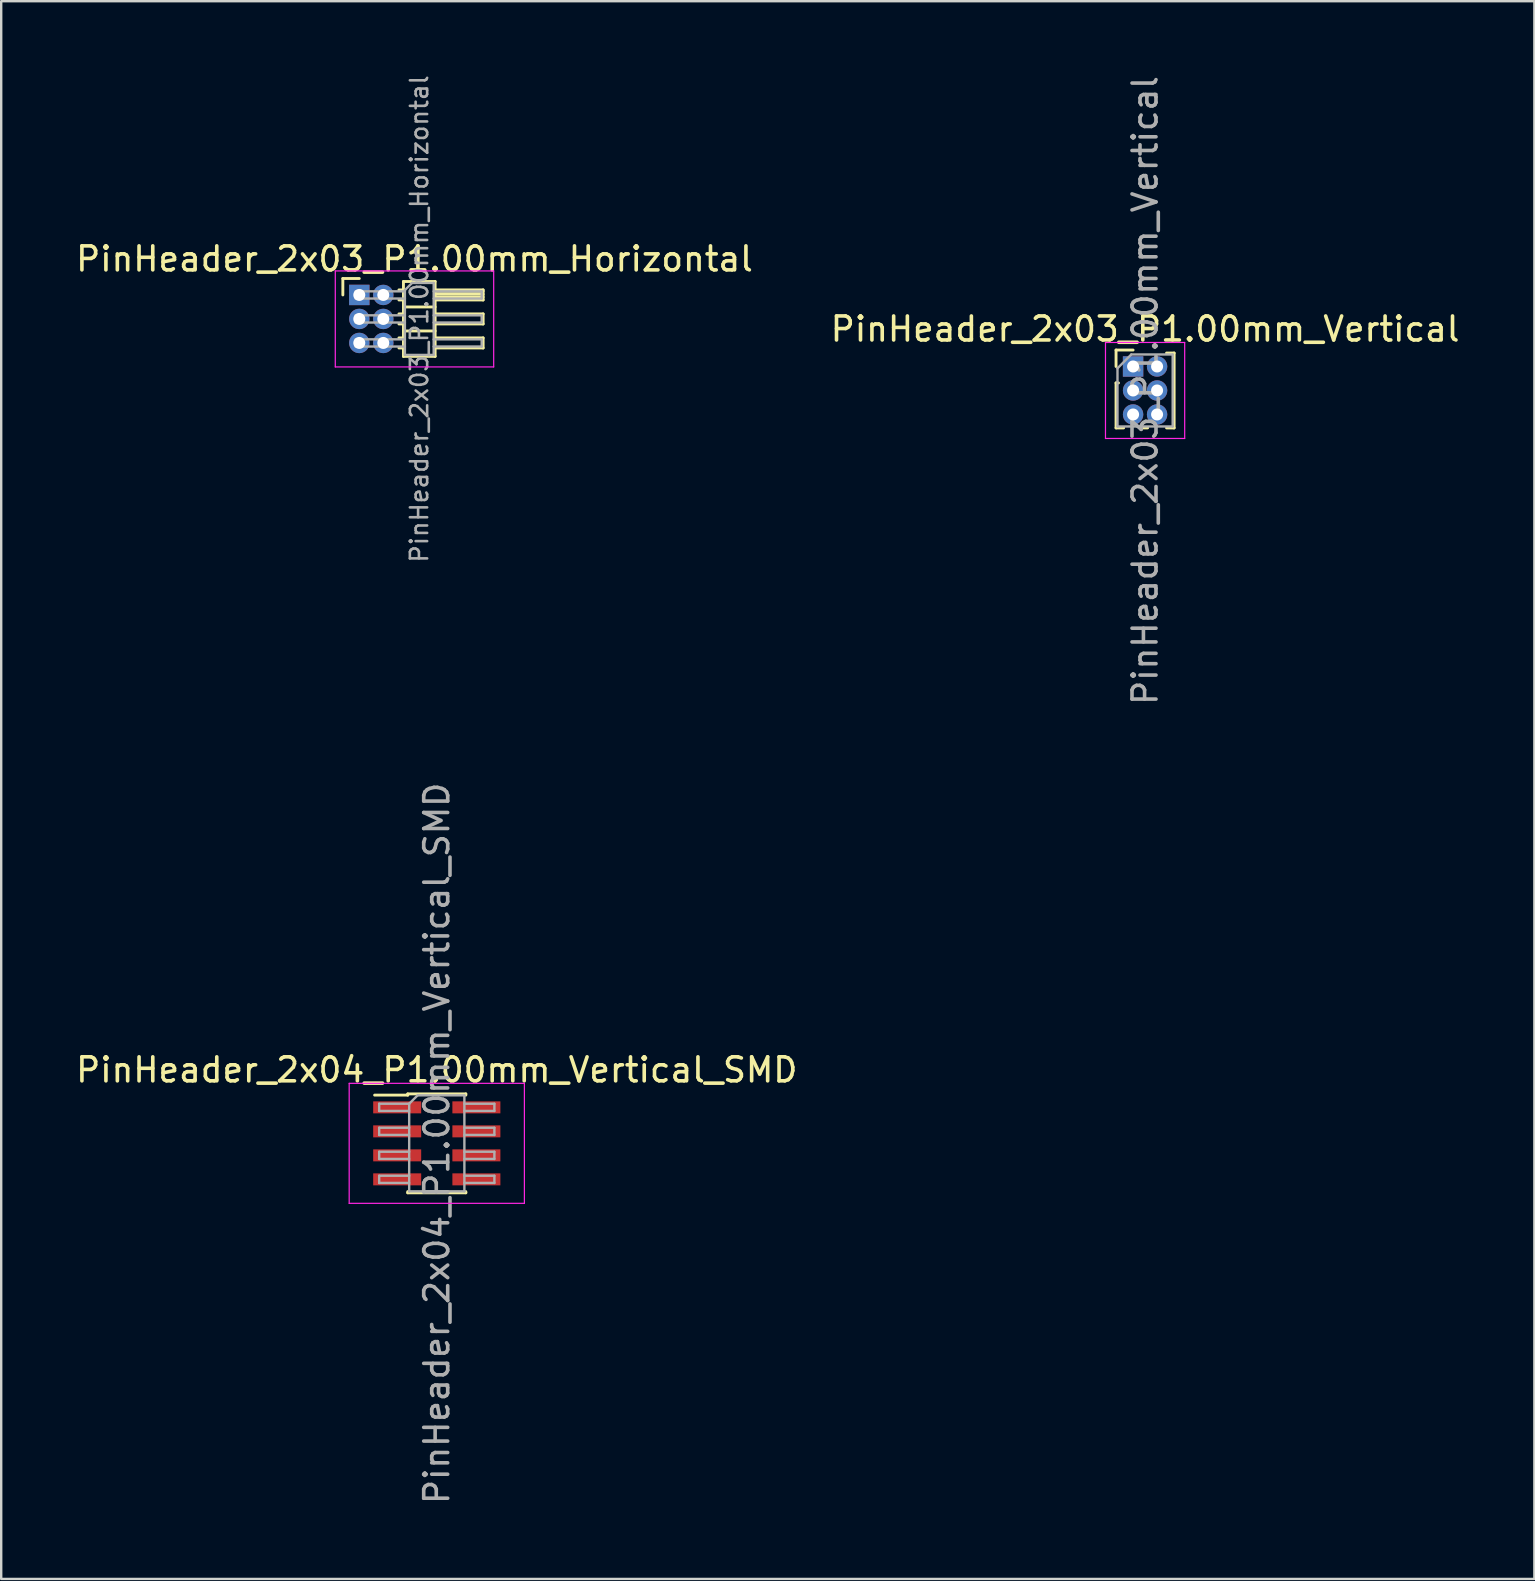
<source format=kicad_pcb>
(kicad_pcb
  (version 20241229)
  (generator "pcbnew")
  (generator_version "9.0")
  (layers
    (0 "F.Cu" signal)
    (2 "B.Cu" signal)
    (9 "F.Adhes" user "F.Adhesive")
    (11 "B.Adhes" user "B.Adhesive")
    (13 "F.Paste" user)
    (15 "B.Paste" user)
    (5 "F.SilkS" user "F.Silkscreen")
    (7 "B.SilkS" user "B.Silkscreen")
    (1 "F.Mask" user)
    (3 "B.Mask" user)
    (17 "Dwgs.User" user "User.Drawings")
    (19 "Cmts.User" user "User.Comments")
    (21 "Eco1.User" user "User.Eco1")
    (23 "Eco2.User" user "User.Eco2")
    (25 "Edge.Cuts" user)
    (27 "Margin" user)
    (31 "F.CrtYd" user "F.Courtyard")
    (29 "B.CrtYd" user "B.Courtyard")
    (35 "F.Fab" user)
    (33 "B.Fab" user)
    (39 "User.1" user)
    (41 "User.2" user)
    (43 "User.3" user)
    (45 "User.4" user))
  (footprint "PinHeader_2x03_P1.00mm_Vertical"
    (layer "F.Cu")
    (at 44.161 12.22)
    (property "Reference" "PinHeader_2x03_P1.00mm_Vertical" (at 0.5 -1.56 0) (layer "F.SilkS") (effects (font (size 1 1) (thickness 0.15))))
    (attr through_hole)
    (fp_line (start -0.71 -0.685) (end 0 -0.685) (stroke (width 0.12) (type solid)) (layer "F.SilkS"))
    (fp_line (start -0.71 0) (end -0.71 -0.685) (stroke (width 0.12) (type solid)) (layer "F.SilkS"))
    (fp_line (start -0.71 0.685) (end -0.71 2.56) (stroke (width 0.12) (type solid)) (layer "F.SilkS"))
    (fp_line (start -0.71 0.685) (end -0.608 0.685) (stroke (width 0.12) (type solid)) (layer "F.SilkS"))
    (fp_line (start -0.71 2.56) (end -0.394 2.56) (stroke (width 0.12) (type solid)) (layer "F.SilkS"))
    (fp_line (start 0.394 2.56) (end 0.606 2.56) (stroke (width 0.12) (type solid)) (layer "F.SilkS"))
    (fp_line (start 1.394 -0.56) (end 1.71 -0.56) (stroke (width 0.12) (type solid)) (layer "F.SilkS"))
    (fp_line (start 1.394 2.56) (end 1.71 2.56) (stroke (width 0.12) (type solid)) (layer "F.SilkS"))
    (fp_line (start 1.71 -0.56) (end 1.71 2.56) (stroke (width 0.12) (type solid)) (layer "F.SilkS"))
    (fp_line (start -1.15 -1) (end -1.15 3) (stroke (width 0.05) (type solid)) (layer "F.CrtYd"))
    (fp_line (start -1.15 3) (end 2.15 3) (stroke (width 0.05) (type solid)) (layer "F.CrtYd"))
    (fp_line (start 2.15 -1) (end -1.15 -1) (stroke (width 0.05) (type solid)) (layer "F.CrtYd"))
    (fp_line (start 2.15 3) (end 2.15 -1) (stroke (width 0.05) (type solid)) (layer "F.CrtYd"))
    (fp_line (start -0.65 0.075) (end -0.075 -0.5) (stroke (width 0.1) (type solid)) (layer "F.Fab"))
    (fp_line (start -0.65 2.5) (end -0.65 0.075) (stroke (width 0.1) (type solid)) (layer "F.Fab"))
    (fp_line (start -0.075 -0.5) (end 1.65 -0.5) (stroke (width 0.1) (type solid)) (layer "F.Fab"))
    (fp_line (start 1.65 -0.5) (end 1.65 2.5) (stroke (width 0.1) (type solid)) (layer "F.Fab"))
    (fp_line (start 1.65 2.5) (end -0.65 2.5) (stroke (width 0.1) (type solid)) (layer "F.Fab"))
    (fp_text user "${REFERENCE}" (at 0.5 1 90) (layer "F.Fab") (effects (font (size 1 1) (thickness 0.15))))
    (pad "1" thru_hole rect (at 0 0) (size 0.85 0.85) (drill 0.5) (layers "*.Cu" "*.Mask"))
    (pad "2" thru_hole oval (at 1 0) (size 0.85 0.85) (drill 0.5) (layers "*.Cu" "*.Mask"))
    (pad "3" thru_hole oval (at 0 1) (size 0.85 0.85) (drill 0.5) (layers "*.Cu" "*.Mask"))
    (pad "4" thru_hole oval (at 1 1) (size 0.85 0.85) (drill 0.5) (layers "*.Cu" "*.Mask"))
    (pad "5" thru_hole oval (at 0 2) (size 0.85 0.85) (drill 0.5) (layers "*.Cu" "*.Mask"))
    (pad "6" thru_hole oval (at 1 2) (size 0.85 0.85) (drill 0.5) (layers "*.Cu" "*.Mask")))
  (footprint "PinHeader_2x04_P1.00mm_Vertical_SMD"
    (layer "F.Cu")
    (at 15.149 44.589)
    (property "Reference" "PinHeader_2x04_P1.00mm_Vertical_SMD" (at 0 -3.06 0) (layer "F.SilkS") (effects (font (size 1 1) (thickness 0.15))))
    (attr smd)
    (fp_line (start -2.59 -2.01) (end -1.21 -2.01) (stroke (width 0.12) (type solid)) (layer "F.SilkS"))
    (fp_line (start -1.21 -2.06) (end -1.21 -2.01) (stroke (width 0.12) (type solid)) (layer "F.SilkS"))
    (fp_line (start -1.21 -2.06) (end 1.21 -2.06) (stroke (width 0.12) (type solid)) (layer "F.SilkS"))
    (fp_line (start -1.21 2.01) (end -1.21 2.06) (stroke (width 0.12) (type solid)) (layer "F.SilkS"))
    (fp_line (start -1.21 2.06) (end 1.21 2.06) (stroke (width 0.12) (type solid)) (layer "F.SilkS"))
    (fp_line (start 1.21 -2.06) (end 1.21 -2.01) (stroke (width 0.12) (type solid)) (layer "F.SilkS"))
    (fp_line (start 1.21 2.01) (end 1.21 2.06) (stroke (width 0.12) (type solid)) (layer "F.SilkS"))
    (fp_line (start -3.65 -2.5) (end -3.65 2.5) (stroke (width 0.05) (type solid)) (layer "F.CrtYd"))
    (fp_line (start -3.65 2.5) (end 3.65 2.5) (stroke (width 0.05) (type solid)) (layer "F.CrtYd"))
    (fp_line (start 3.65 -2.5) (end -3.65 -2.5) (stroke (width 0.05) (type solid)) (layer "F.CrtYd"))
    (fp_line (start 3.65 2.5) (end 3.65 -2.5) (stroke (width 0.05) (type solid)) (layer "F.CrtYd"))
    (fp_line (start -2.4 -1.65) (end -2.4 -1.35) (stroke (width 0.1) (type solid)) (layer "F.Fab"))
    (fp_line (start -2.4 -1.35) (end -1.15 -1.35) (stroke (width 0.1) (type solid)) (layer "F.Fab"))
    (fp_line (start -2.4 -0.65) (end -2.4 -0.35) (stroke (width 0.1) (type solid)) (layer "F.Fab"))
    (fp_line (start -2.4 -0.35) (end -1.15 -0.35) (stroke (width 0.1) (type solid)) (layer "F.Fab"))
    (fp_line (start -2.4 0.35) (end -2.4 0.65) (stroke (width 0.1) (type solid)) (layer "F.Fab"))
    (fp_line (start -2.4 0.65) (end -1.15 0.65) (stroke (width 0.1) (type solid)) (layer "F.Fab"))
    (fp_line (start -2.4 1.35) (end -2.4 1.65) (stroke (width 0.1) (type solid)) (layer "F.Fab"))
    (fp_line (start -2.4 1.65) (end -1.15 1.65) (stroke (width 0.1) (type solid)) (layer "F.Fab"))
    (fp_line (start -1.15 -1.65) (end -2.4 -1.65) (stroke (width 0.1) (type solid)) (layer "F.Fab"))
    (fp_line (start -1.15 -1.65) (end -0.8 -2) (stroke (width 0.1) (type solid)) (layer "F.Fab"))
    (fp_line (start -1.15 -0.65) (end -2.4 -0.65) (stroke (width 0.1) (type solid)) (layer "F.Fab"))
    (fp_line (start -1.15 0.35) (end -2.4 0.35) (stroke (width 0.1) (type solid)) (layer "F.Fab"))
    (fp_line (start -1.15 1.35) (end -2.4 1.35) (stroke (width 0.1) (type solid)) (layer "F.Fab"))
    (fp_line (start -1.15 2) (end -1.15 -1.65) (stroke (width 0.1) (type solid)) (layer "F.Fab"))
    (fp_line (start -0.8 -2) (end 1.15 -2) (stroke (width 0.1) (type solid)) (layer "F.Fab"))
    (fp_line (start 1.15 -2) (end 1.15 2) (stroke (width 0.1) (type solid)) (layer "F.Fab"))
    (fp_line (start 1.15 -1.65) (end 2.4 -1.65) (stroke (width 0.1) (type solid)) (layer "F.Fab"))
    (fp_line (start 1.15 -0.65) (end 2.4 -0.65) (stroke (width 0.1) (type solid)) (layer "F.Fab"))
    (fp_line (start 1.15 0.35) (end 2.4 0.35) (stroke (width 0.1) (type solid)) (layer "F.Fab"))
    (fp_line (start 1.15 1.35) (end 2.4 1.35) (stroke (width 0.1) (type solid)) (layer "F.Fab"))
    (fp_line (start 1.15 2) (end -1.15 2) (stroke (width 0.1) (type solid)) (layer "F.Fab"))
    (fp_line (start 2.4 -1.65) (end 2.4 -1.35) (stroke (width 0.1) (type solid)) (layer "F.Fab"))
    (fp_line (start 2.4 -1.35) (end 1.15 -1.35) (stroke (width 0.1) (type solid)) (layer "F.Fab"))
    (fp_line (start 2.4 -0.65) (end 2.4 -0.35) (stroke (width 0.1) (type solid)) (layer "F.Fab"))
    (fp_line (start 2.4 -0.35) (end 1.15 -0.35) (stroke (width 0.1) (type solid)) (layer "F.Fab"))
    (fp_line (start 2.4 0.35) (end 2.4 0.65) (stroke (width 0.1) (type solid)) (layer "F.Fab"))
    (fp_line (start 2.4 0.65) (end 1.15 0.65) (stroke (width 0.1) (type solid)) (layer "F.Fab"))
    (fp_line (start 2.4 1.35) (end 2.4 1.65) (stroke (width 0.1) (type solid)) (layer "F.Fab"))
    (fp_line (start 2.4 1.65) (end 1.15 1.65) (stroke (width 0.1) (type solid)) (layer "F.Fab"))
    (fp_text user "${REFERENCE}" (at 0 0 90) (layer "F.Fab") (effects (font (size 1 1) (thickness 0.15))))
    (pad "1" smd rect (at -1.65 -1.5) (size 2 0.5) (layers "F.Cu" "F.Mask" "F.Paste"))
    (pad "2" smd rect (at 1.65 -1.5) (size 2 0.5) (layers "F.Cu" "F.Mask" "F.Paste"))
    (pad "3" smd rect (at -1.65 -0.5) (size 2 0.5) (layers "F.Cu" "F.Mask" "F.Paste"))
    (pad "4" smd rect (at 1.65 -0.5) (size 2 0.5) (layers "F.Cu" "F.Mask" "F.Paste"))
    (pad "5" smd rect (at -1.65 0.5) (size 2 0.5) (layers "F.Cu" "F.Mask" "F.Paste"))
    (pad "6" smd rect (at 1.65 0.5) (size 2 0.5) (layers "F.Cu" "F.Mask" "F.Paste"))
    (pad "7" smd rect (at -1.65 1.5) (size 2 0.5) (layers "F.Cu" "F.Mask" "F.Paste"))
    (pad "8" smd rect (at 1.65 1.5) (size 2 0.5) (layers "F.Cu" "F.Mask" "F.Paste")))
  (footprint "PinHeader_2x03_P1.00mm_Horizontal"
    (layer "F.Cu")
    (at 11.92 9.239)
    (property "Reference" "PinHeader_2x03_P1.00mm_Horizontal" (at 2.3 -1.5 0) (layer "F.SilkS") (effects (font (size 1 1) (thickness 0.15))))
    (attr through_hole)
    (fp_line (start -0.685 -0.685) (end 0 -0.685) (stroke (width 0.12) (type solid)) (layer "F.SilkS"))
    (fp_line (start -0.685 0) (end -0.685 -0.685) (stroke (width 0.12) (type solid)) (layer "F.SilkS"))
    (fp_line (start 1.652 -0.21) (end 1.84 -0.21) (stroke (width 0.12) (type solid)) (layer "F.SilkS"))
    (fp_line (start 1.652 0.21) (end 1.84 0.21) (stroke (width 0.12) (type solid)) (layer "F.SilkS"))
    (fp_line (start 1.652 0.79) (end 1.84 0.79) (stroke (width 0.12) (type solid)) (layer "F.SilkS"))
    (fp_line (start 1.652 1.21) (end 1.84 1.21) (stroke (width 0.12) (type solid)) (layer "F.SilkS"))
    (fp_line (start 1.652 1.79) (end 1.84 1.79) (stroke (width 0.12) (type solid)) (layer "F.SilkS"))
    (fp_line (start 1.652 2.21) (end 1.84 2.21) (stroke (width 0.12) (type solid)) (layer "F.SilkS"))
    (fp_line (start 1.84 -0.56) (end 1.84 2.56) (stroke (width 0.12) (type solid)) (layer "F.SilkS"))
    (fp_line (start 1.84 0.5) (end 3.16 0.5) (stroke (width 0.12) (type solid)) (layer "F.SilkS"))
    (fp_line (start 1.84 1.5) (end 3.16 1.5) (stroke (width 0.12) (type solid)) (layer "F.SilkS"))
    (fp_line (start 1.84 2.56) (end 3.16 2.56) (stroke (width 0.12) (type solid)) (layer "F.SilkS"))
    (fp_line (start 3.16 -0.56) (end 1.84 -0.56) (stroke (width 0.12) (type solid)) (layer "F.SilkS"))
    (fp_line (start 3.16 -0.21) (end 5.16 -0.21) (stroke (width 0.12) (type solid)) (layer "F.SilkS"))
    (fp_line (start 3.16 -0.15) (end 5.16 -0.15) (stroke (width 0.12) (type solid)) (layer "F.SilkS"))
    (fp_line (start 3.16 -0.03) (end 5.16 -0.03) (stroke (width 0.12) (type solid)) (layer "F.SilkS"))
    (fp_line (start 3.16 0.09) (end 5.16 0.09) (stroke (width 0.12) (type solid)) (layer "F.SilkS"))
    (fp_line (start 3.16 0.79) (end 5.16 0.79) (stroke (width 0.12) (type solid)) (layer "F.SilkS"))
    (fp_line (start 3.16 1.79) (end 5.16 1.79) (stroke (width 0.12) (type solid)) (layer "F.SilkS"))
    (fp_line (start 3.16 2.56) (end 3.16 -0.56) (stroke (width 0.12) (type solid)) (layer "F.SilkS"))
    (fp_line (start 5.16 -0.21) (end 5.16 0.21) (stroke (width 0.12) (type solid)) (layer "F.SilkS"))
    (fp_line (start 5.16 0.21) (end 3.16 0.21) (stroke (width 0.12) (type solid)) (layer "F.SilkS"))
    (fp_line (start 5.16 0.79) (end 5.16 1.21) (stroke (width 0.12) (type solid)) (layer "F.SilkS"))
    (fp_line (start 5.16 1.21) (end 3.16 1.21) (stroke (width 0.12) (type solid)) (layer "F.SilkS"))
    (fp_line (start 5.16 1.79) (end 5.16 2.21) (stroke (width 0.12) (type solid)) (layer "F.SilkS"))
    (fp_line (start 5.16 2.21) (end 3.16 2.21) (stroke (width 0.12) (type solid)) (layer "F.SilkS"))
    (fp_line (start -1 -1) (end -1 3) (stroke (width 0.05) (type solid)) (layer "F.CrtYd"))
    (fp_line (start -1 3) (end 5.6 3) (stroke (width 0.05) (type solid)) (layer "F.CrtYd"))
    (fp_line (start 5.6 -1) (end -1 -1) (stroke (width 0.05) (type solid)) (layer "F.CrtYd"))
    (fp_line (start 5.6 3) (end 5.6 -1) (stroke (width 0.05) (type solid)) (layer "F.CrtYd"))
    (fp_line (start -0.15 -0.15) (end -0.15 0.15) (stroke (width 0.1) (type solid)) (layer "F.Fab"))
    (fp_line (start -0.15 -0.15) (end 1.9 -0.15) (stroke (width 0.1) (type solid)) (layer "F.Fab"))
    (fp_line (start -0.15 0.15) (end 1.9 0.15) (stroke (width 0.1) (type solid)) (layer "F.Fab"))
    (fp_line (start -0.15 0.85) (end -0.15 1.15) (stroke (width 0.1) (type solid)) (layer "F.Fab"))
    (fp_line (start -0.15 0.85) (end 1.9 0.85) (stroke (width 0.1) (type solid)) (layer "F.Fab"))
    (fp_line (start -0.15 1.15) (end 1.9 1.15) (stroke (width 0.1) (type solid)) (layer "F.Fab"))
    (fp_line (start -0.15 1.85) (end -0.15 2.15) (stroke (width 0.1) (type solid)) (layer "F.Fab"))
    (fp_line (start -0.15 1.85) (end 1.9 1.85) (stroke (width 0.1) (type solid)) (layer "F.Fab"))
    (fp_line (start -0.15 2.15) (end 1.9 2.15) (stroke (width 0.1) (type solid)) (layer "F.Fab"))
    (fp_line (start 1.9 -0.2) (end 2.2 -0.5) (stroke (width 0.1) (type solid)) (layer "F.Fab"))
    (fp_line (start 1.9 2.5) (end 1.9 -0.2) (stroke (width 0.1) (type solid)) (layer "F.Fab"))
    (fp_line (start 2.2 -0.5) (end 3.1 -0.5) (stroke (width 0.1) (type solid)) (layer "F.Fab"))
    (fp_line (start 3.1 -0.5) (end 3.1 2.5) (stroke (width 0.1) (type solid)) (layer "F.Fab"))
    (fp_line (start 3.1 -0.15) (end 5.1 -0.15) (stroke (width 0.1) (type solid)) (layer "F.Fab"))
    (fp_line (start 3.1 0.15) (end 5.1 0.15) (stroke (width 0.1) (type solid)) (layer "F.Fab"))
    (fp_line (start 3.1 0.85) (end 5.1 0.85) (stroke (width 0.1) (type solid)) (layer "F.Fab"))
    (fp_line (start 3.1 1.15) (end 5.1 1.15) (stroke (width 0.1) (type solid)) (layer "F.Fab"))
    (fp_line (start 3.1 1.85) (end 5.1 1.85) (stroke (width 0.1) (type solid)) (layer "F.Fab"))
    (fp_line (start 3.1 2.15) (end 5.1 2.15) (stroke (width 0.1) (type solid)) (layer "F.Fab"))
    (fp_line (start 3.1 2.5) (end 1.9 2.5) (stroke (width 0.1) (type solid)) (layer "F.Fab"))
    (fp_line (start 5.1 -0.15) (end 5.1 0.15) (stroke (width 0.1) (type solid)) (layer "F.Fab"))
    (fp_line (start 5.1 0.85) (end 5.1 1.15) (stroke (width 0.1) (type solid)) (layer "F.Fab"))
    (fp_line (start 5.1 1.85) (end 5.1 2.15) (stroke (width 0.1) (type solid)) (layer "F.Fab"))
    (fp_text user "${REFERENCE}" (at 2.5 1 90) (layer "F.Fab") (effects (font (size 0.72 0.72) (thickness 0.108))))
    (pad "1" thru_hole rect (at 0 0) (size 0.85 0.85) (drill 0.5) (layers "*.Cu" "*.Mask"))
    (pad "2" thru_hole oval (at 1 0) (size 0.85 0.85) (drill 0.5) (layers "*.Cu" "*.Mask"))
    (pad "3" thru_hole oval (at 0 1) (size 0.85 0.85) (drill 0.5) (layers "*.Cu" "*.Mask"))
    (pad "4" thru_hole oval (at 1 1) (size 0.85 0.85) (drill 0.5) (layers "*.Cu" "*.Mask"))
    (pad "5" thru_hole oval (at 0 2) (size 0.85 0.85) (drill 0.5) (layers "*.Cu" "*.Mask"))
    (pad "6" thru_hole oval (at 1 2) (size 0.85 0.85) (drill 0.5) (layers "*.Cu" "*.Mask")))
  (gr_rect
    (start -3 -3)
    (end 60.881 62.738)
    (stroke (width 0.1) (type default))
    (fill no)
    (layer "Edge.Cuts")))
</source>
